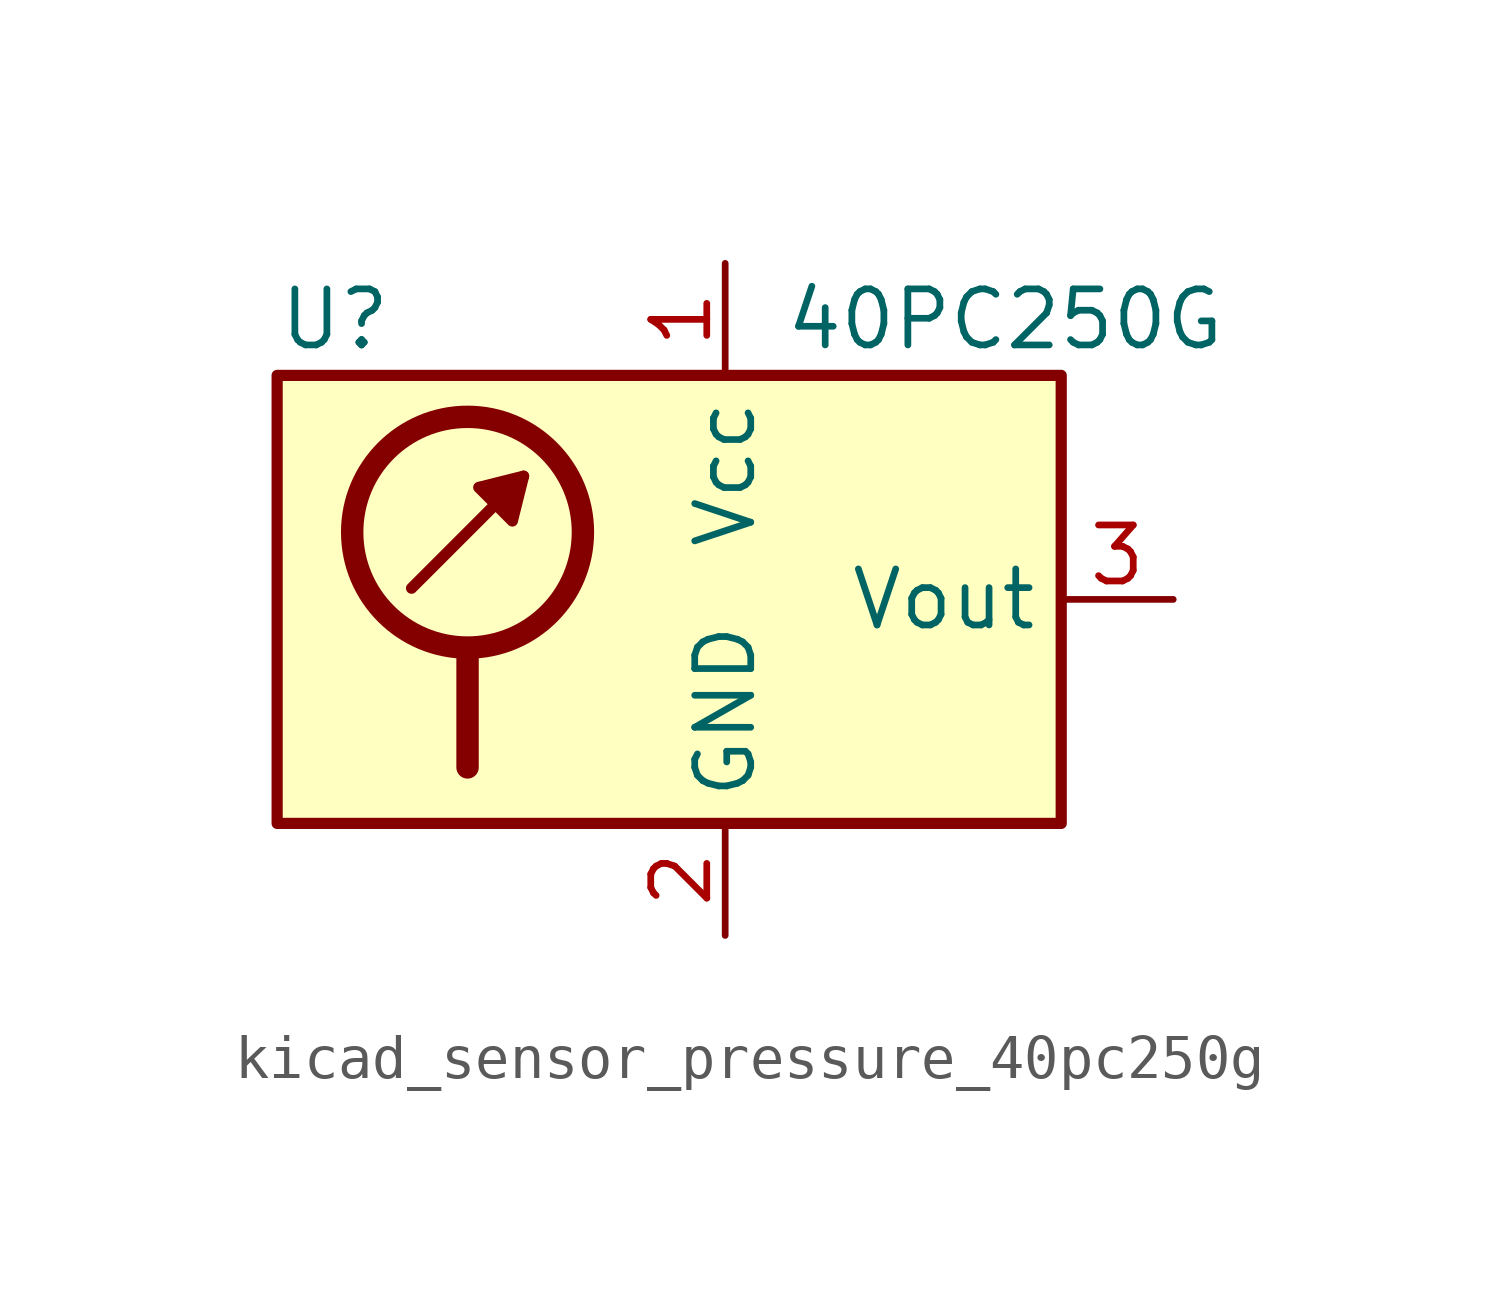
<source format=kicad_sym>
(kicad_symbol_lib
  (version 20220914)
  (generator kicad_symbol_editor)
  (symbol "kicad_sensor_pressure_40pc250g"
    (property "Reference" "U"
      (at -10.16 6.35 0)
      (effects (font (size 1.27 1.27)) (justify left)))
    (property "Value" "40PC250G"
      (at 6.35 6.35 0)
      (effects (font (size 1.27 1.27))))
    (symbol "kicad_sensor_pressure_40pc250g_0_1"
      (circle (center -5.842 1.524) (radius 2.616) (stroke (width 0.508) (type default)) (fill (type none)))
      (polyline (pts (xy -7.112 0.254) (xy -4.572 2.794)) (stroke (width 0.254) (type default)) (fill (type none)))
      (polyline (pts (xy -5.842 -1.27) (xy -5.842 -3.81)) (stroke (width 0.508) (type default)) (fill (type none)))
      (polyline (pts (xy -4.572 2.794) (xy -4.826 1.778) (xy -5.588 2.54) (xy -4.572 2.794)) (stroke (width 0.254) (type default)) (fill (type outline)))
      (rectangle (start 7.62 5.08) (end -10.16 -5.08) (stroke (width 0.254) (type default)) (fill (type background))))
    (symbol "kicad_sensor_pressure_40pc250g_1_1"
      (pin power_in line (at 0 7.62 270) (length 2.54) (name "Vcc" (effects (font (size 1.27 1.27)))) (number "1" (effects (font (size 1.27 1.27)))))
      (pin power_in line (at 0 -7.62 90) (length 2.54) (name "GND" (effects (font (size 1.27 1.27)))) (number "2" (effects (font (size 1.27 1.27)))))
      (pin output line (at 10.16 0 180) (length 2.54) (name "Vout" (effects (font (size 1.27 1.27)))) (number "3" (effects (font (size 1.27 1.27)))))
      (pin no_connect line (at -7.62 -5.08 90) (length 2.54) hide (name "NC" (effects (font (size 1.27 1.27)))) (number "4" (effects (font (size 1.27 1.27)))))
      (pin no_connect line (at -5.08 -5.08 90) (length 2.54) hide (name "NC" (effects (font (size 1.27 1.27)))) (number "5" (effects (font (size 1.27 1.27)))))
      (pin no_connect line (at -2.54 -5.08 90) (length 2.54) hide (name "NC" (effects (font (size 1.27 1.27)))) (number "6" (effects (font (size 1.27 1.27))))))))
</source>
